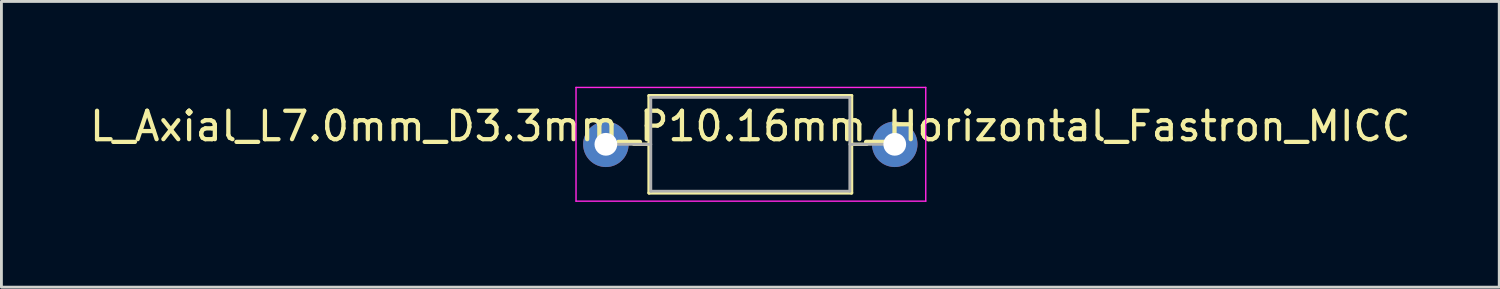
<source format=kicad_pcb>
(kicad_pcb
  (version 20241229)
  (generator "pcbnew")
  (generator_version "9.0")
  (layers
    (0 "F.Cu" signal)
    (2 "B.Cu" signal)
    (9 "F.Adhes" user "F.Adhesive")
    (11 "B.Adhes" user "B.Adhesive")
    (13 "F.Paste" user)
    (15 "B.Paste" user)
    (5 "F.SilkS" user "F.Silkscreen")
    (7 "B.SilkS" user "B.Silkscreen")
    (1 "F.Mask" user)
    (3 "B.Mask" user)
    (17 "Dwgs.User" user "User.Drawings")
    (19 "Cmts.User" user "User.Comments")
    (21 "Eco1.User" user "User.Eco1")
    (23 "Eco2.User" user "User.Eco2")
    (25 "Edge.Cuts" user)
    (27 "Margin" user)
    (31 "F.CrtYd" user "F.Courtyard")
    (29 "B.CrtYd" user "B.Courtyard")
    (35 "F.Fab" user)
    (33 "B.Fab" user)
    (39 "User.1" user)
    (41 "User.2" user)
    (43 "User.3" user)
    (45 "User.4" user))
  (footprint "L_Axial_L7.0mm_D3.3mm_P10.16mm_Horizontal_Fastron_MICC"
    (layer "F.Cu")
    (at 18.259 2.025)
    (property "Reference" "L_Axial_L7.0mm_D3.3mm_P10.16mm_Horizontal_Fastron_MICC" (at 5.08 -0.635 0) (layer "F.SilkS") (effects (font (size 1 1) (thickness 0.15))))
    (attr through_hole)
    (fp_line (start 0.98 0) (end 1.52 0) (stroke (width 0.12) (type solid)) (layer "F.SilkS"))
    (fp_line (start 1.52 -1.71) (end 1.52 1.71) (stroke (width 0.12) (type solid)) (layer "F.SilkS"))
    (fp_line (start 1.52 1.71) (end 8.64 1.71) (stroke (width 0.12) (type solid)) (layer "F.SilkS"))
    (fp_line (start 8.64 -1.71) (end 1.52 -1.71) (stroke (width 0.12) (type solid)) (layer "F.SilkS"))
    (fp_line (start 8.64 1.71) (end 8.64 -1.71) (stroke (width 0.12) (type solid)) (layer "F.SilkS"))
    (fp_line (start 9.18 0) (end 8.64 0) (stroke (width 0.12) (type solid)) (layer "F.SilkS"))
    (fp_line (start -1.05 -2) (end -1.05 2) (stroke (width 0.05) (type solid)) (layer "F.CrtYd"))
    (fp_line (start -1.05 2) (end 11.25 2) (stroke (width 0.05) (type solid)) (layer "F.CrtYd"))
    (fp_line (start 11.25 -2) (end -1.05 -2) (stroke (width 0.05) (type solid)) (layer "F.CrtYd"))
    (fp_line (start 11.25 2) (end 11.25 -2) (stroke (width 0.05) (type solid)) (layer "F.CrtYd"))
    (fp_line (start 0 0) (end 1.58 0) (stroke (width 0.1) (type solid)) (layer "F.Fab"))
    (fp_line (start 1.58 -1.65) (end 1.58 1.65) (stroke (width 0.1) (type solid)) (layer "F.Fab"))
    (fp_line (start 1.58 1.65) (end 8.58 1.65) (stroke (width 0.1) (type solid)) (layer "F.Fab"))
    (fp_line (start 8.58 -1.65) (end 1.58 -1.65) (stroke (width 0.1) (type solid)) (layer "F.Fab"))
    (fp_line (start 8.58 1.65) (end 8.58 -1.65) (stroke (width 0.1) (type solid)) (layer "F.Fab"))
    (fp_line (start 10.16 0) (end 8.58 0) (stroke (width 0.1) (type solid)) (layer "F.Fab"))
    (pad "1" thru_hole circle (at 0 0) (size 1.6 1.6) (drill 0.8) (layers "*.Cu" "*.Mask"))
    (pad "2" thru_hole oval (at 10.16 0) (size 1.6 1.6) (drill 0.8) (layers "*.Cu" "*.Mask")))
  (gr_rect
    (start -3 -3)
    (end 49.679 7.05)
    (stroke (width 0.1) (type default))
    (fill no)
    (layer "Edge.Cuts")))
</source>
